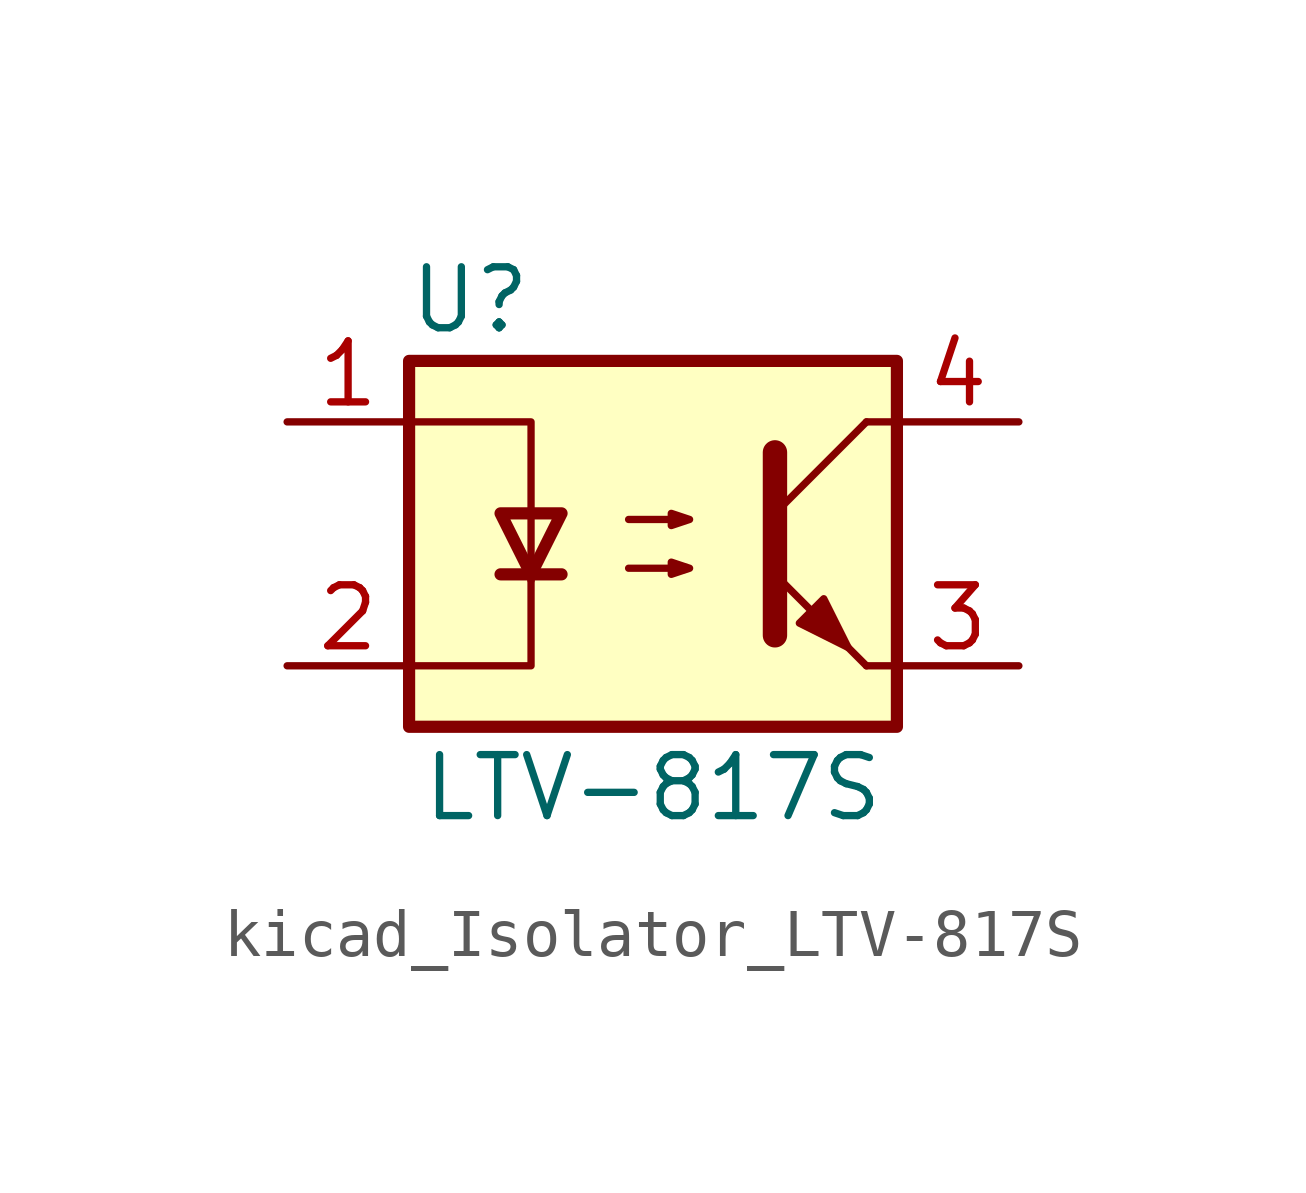
<source format=kicad_sym>
(kicad_symbol_lib
  (version 20220914)
  (generator kicad_symbol_editor)
  (symbol "kicad_Isolator_LTV-817S"
    (pin_names
      (offset 1.016))
    (property "Reference" "U"
      (at -3.81 5.08 0)
      (effects (font (size 1.27 1.27))))
    (property "Value" "LTV-817S"
      (at 0 -5.08 0)
      (effects (font (size 1.27 1.27))))
    (symbol "kicad_Isolator_LTV-817S_1_1"
      (rectangle (start -5.08 3.81) (end 5.08 -3.81) (stroke (width 0.254) (type default)) (fill (type background)))
      (polyline (pts (xy -3.175 -0.635) (xy -1.905 -0.635)) (stroke (width 0.254) (type default)) (fill (type none)))
      (polyline (pts (xy 2.54 0.635) (xy 4.445 2.54)) (stroke (width 0) (type default)) (fill (type none)))
      (polyline (pts (xy 4.445 -2.54) (xy 2.54 -0.635)) (stroke (width 0) (type default)) (fill (type outline)))
      (polyline (pts (xy 4.445 -2.54) (xy 5.08 -2.54)) (stroke (width 0) (type default)) (fill (type none)))
      (polyline (pts (xy 4.445 2.54) (xy 5.08 2.54)) (stroke (width 0) (type default)) (fill (type none)))
      (polyline (pts (xy -5.08 2.54) (xy -2.54 2.54) (xy -2.54 -0.762)) (stroke (width 0) (type default)) (fill (type none)))
      (polyline (pts (xy -2.54 -0.635) (xy -2.54 -2.54) (xy -5.08 -2.54)) (stroke (width 0) (type default)) (fill (type none)))
      (polyline (pts (xy 2.54 1.905) (xy 2.54 -1.905) (xy 2.54 -1.905)) (stroke (width 0.508) (type default)) (fill (type none)))
      (polyline (pts (xy -2.54 -0.635) (xy -3.175 0.635) (xy -1.905 0.635) (xy -2.54 -0.635)) (stroke (width 0.254) (type default)) (fill (type none)))
      (polyline (pts (xy -0.508 -0.508) (xy 0.762 -0.508) (xy 0.381 -0.635) (xy 0.381 -0.381) (xy 0.762 -0.508)) (stroke (width 0) (type default)) (fill (type none)))
      (polyline (pts (xy -0.508 0.508) (xy 0.762 0.508) (xy 0.381 0.381) (xy 0.381 0.635) (xy 0.762 0.508)) (stroke (width 0) (type default)) (fill (type none)))
      (polyline (pts (xy 3.048 -1.651) (xy 3.556 -1.143) (xy 4.064 -2.159) (xy 3.048 -1.651) (xy 3.048 -1.651)) (stroke (width 0) (type default)) (fill (type outline)))
      (pin passive line (at -7.62 2.54 0) (length 2.54) (name "~" (effects (font (size 1.27 1.27)))) (number "1" (effects (font (size 1.27 1.27)))))
      (pin passive line (at -7.62 -2.54 0) (length 2.54) (name "~" (effects (font (size 1.27 1.27)))) (number "2" (effects (font (size 1.27 1.27)))))
      (pin passive line (at 7.62 -2.54 180) (length 2.54) (name "~" (effects (font (size 1.27 1.27)))) (number "3" (effects (font (size 1.27 1.27)))))
      (pin passive line (at 7.62 2.54 180) (length 2.54) (name "~" (effects (font (size 1.27 1.27)))) (number "4" (effects (font (size 1.27 1.27))))))))
</source>
